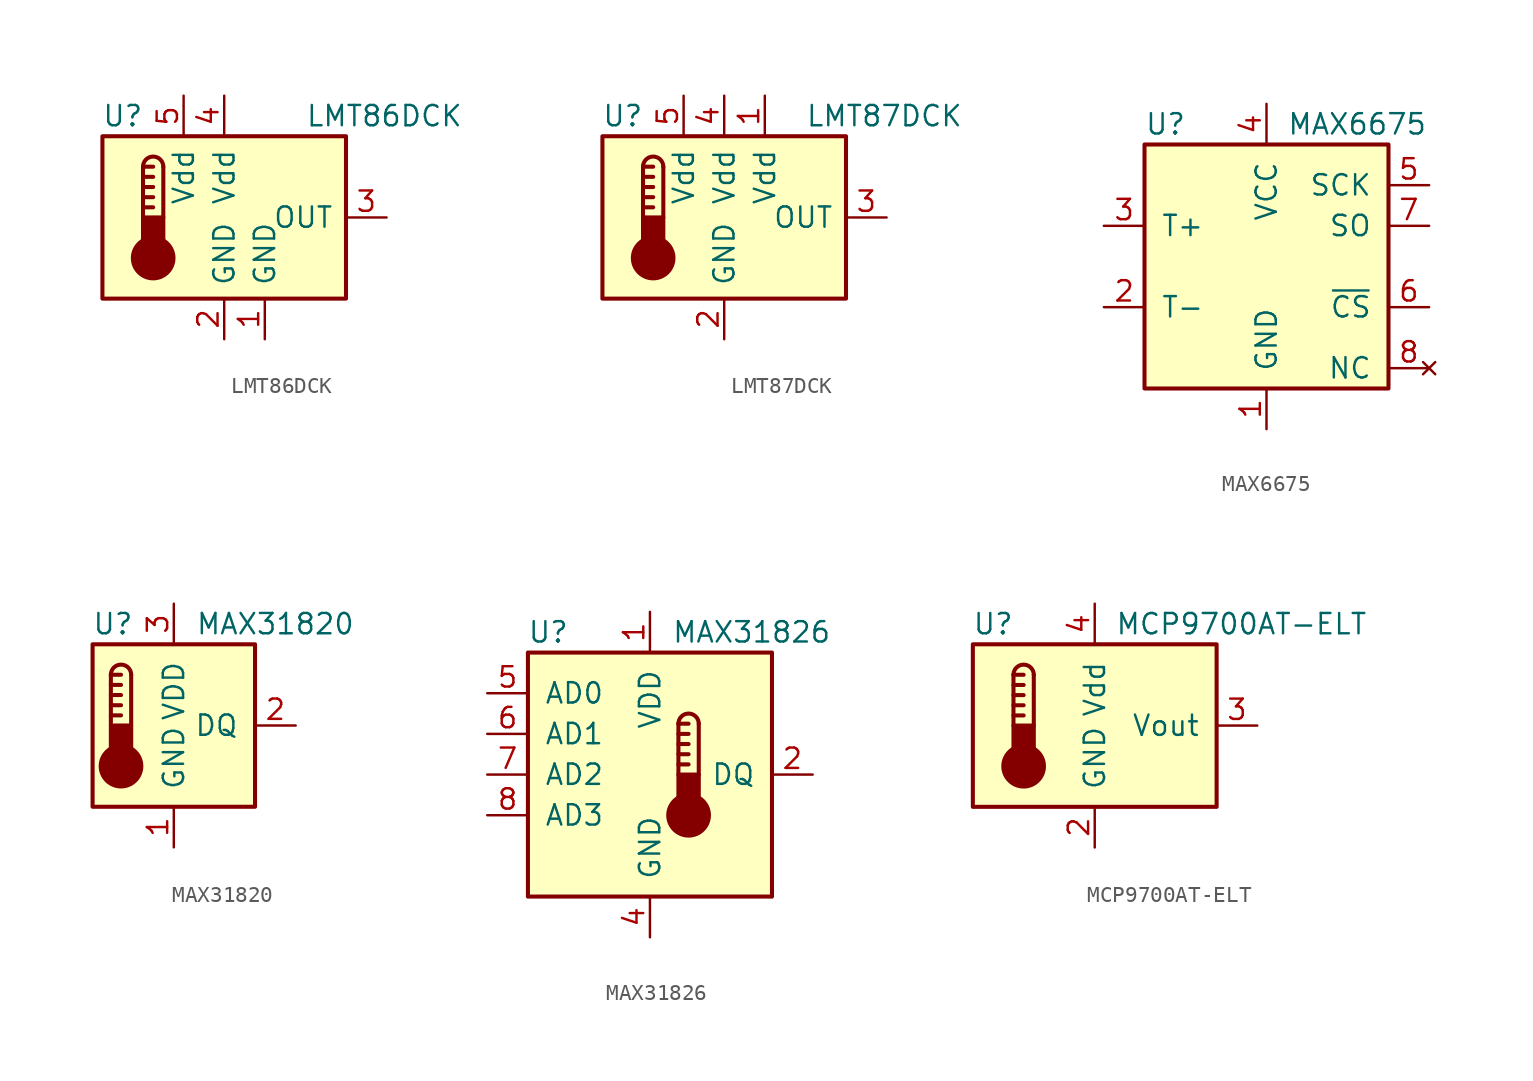
<source format=kicad_sym>
(kicad_symbol_lib
  (version 20220914)
  (generator kicad_symbol_editor)
  (symbol "LMT86DCK"
    (pin_names
      (offset 0.762))
    (property "Reference" "U"
      (at -6.35 6.35 0)
      (effects (font (size 1.27 1.27))))
    (property "Value" "LMT86DCK"
      (at 5.08 6.35 0)
      (effects (font (size 1.27 1.27)) (justify left)))
    (symbol "LMT86DCK_0_1"
      (rectangle (start -7.62 5.08) (end 7.62 -5.08) (stroke (width 0.254) (type default)) (fill (type background)))
      (circle (center -4.445 -2.54) (radius 1.27) (stroke (width 0.254) (type default)) (fill (type outline)))
      (rectangle (start -3.81 -1.905) (end -5.08 0) (stroke (width 0.254) (type default)) (fill (type outline)))
      (arc (start -3.81 3.175) (mid -4.445 3.8073) (end -5.08 3.175) (stroke (width 0.254) (type default)) (fill (type none)))
      (polyline (pts (xy -5.08 0.635) (xy -4.445 0.635)) (stroke (width 0.254) (type default)) (fill (type none)))
      (polyline (pts (xy -5.08 1.27) (xy -4.445 1.27)) (stroke (width 0.254) (type default)) (fill (type none)))
      (polyline (pts (xy -5.08 1.905) (xy -4.445 1.905)) (stroke (width 0.254) (type default)) (fill (type none)))
      (polyline (pts (xy -5.08 2.54) (xy -4.445 2.54)) (stroke (width 0.254) (type default)) (fill (type none)))
      (polyline (pts (xy -5.08 3.175) (xy -5.08 0)) (stroke (width 0.254) (type default)) (fill (type none)))
      (polyline (pts (xy -5.08 3.175) (xy -4.445 3.175)) (stroke (width 0.254) (type default)) (fill (type none)))
      (polyline (pts (xy -3.81 3.175) (xy -3.81 0)) (stroke (width 0.254) (type default)) (fill (type none))))
    (symbol "LMT86DCK_1_1"
      (pin power_in line (at 2.54 -7.62 90) (length 2.54) (name "GND" (effects (font (size 1.27 1.27)))) (number "1" (effects (font (size 1.27 1.27)))))
      (pin power_in line (at 0 -7.62 90) (length 2.54) (name "GND" (effects (font (size 1.27 1.27)))) (number "2" (effects (font (size 1.27 1.27)))))
      (pin output line (at 10.16 0 180) (length 2.54) (name "OUT" (effects (font (size 1.27 1.27)))) (number "3" (effects (font (size 1.27 1.27)))))
      (pin power_in line (at 0 7.62 270) (length 2.54) (name "Vdd" (effects (font (size 1.27 1.27)))) (number "4" (effects (font (size 1.27 1.27)))))
      (pin power_in line (at -2.54 7.62 270) (length 2.54) (name "Vdd" (effects (font (size 1.27 1.27)))) (number "5" (effects (font (size 1.27 1.27)))))))
  (symbol "LMT87DCK"
    (pin_names
      (offset 0.762))
    (property "Reference" "U"
      (at -6.35 6.35 0)
      (effects (font (size 1.27 1.27))))
    (property "Value" "LMT87DCK"
      (at 5.08 6.35 0)
      (effects (font (size 1.27 1.27)) (justify left)))
    (symbol "LMT87DCK_0_1"
      (rectangle (start -7.62 5.08) (end 7.62 -5.08) (stroke (width 0.254) (type default)) (fill (type background)))
      (circle (center -4.445 -2.54) (radius 1.27) (stroke (width 0.254) (type default)) (fill (type outline)))
      (rectangle (start -3.81 -1.905) (end -5.08 0) (stroke (width 0.254) (type default)) (fill (type outline)))
      (arc (start -3.81 3.175) (mid -4.445 3.8073) (end -5.08 3.175) (stroke (width 0.254) (type default)) (fill (type none)))
      (polyline (pts (xy -5.08 0.635) (xy -4.445 0.635)) (stroke (width 0.254) (type default)) (fill (type none)))
      (polyline (pts (xy -5.08 1.27) (xy -4.445 1.27)) (stroke (width 0.254) (type default)) (fill (type none)))
      (polyline (pts (xy -5.08 1.905) (xy -4.445 1.905)) (stroke (width 0.254) (type default)) (fill (type none)))
      (polyline (pts (xy -5.08 2.54) (xy -4.445 2.54)) (stroke (width 0.254) (type default)) (fill (type none)))
      (polyline (pts (xy -5.08 3.175) (xy -5.08 0)) (stroke (width 0.254) (type default)) (fill (type none)))
      (polyline (pts (xy -5.08 3.175) (xy -4.445 3.175)) (stroke (width 0.254) (type default)) (fill (type none)))
      (polyline (pts (xy -3.81 3.175) (xy -3.81 0)) (stroke (width 0.254) (type default)) (fill (type none))))
    (symbol "LMT87DCK_1_1"
      (pin power_in line (at 2.54 7.62 270) (length 2.54) (name "Vdd" (effects (font (size 1.27 1.27)))) (number "1" (effects (font (size 1.27 1.27)))))
      (pin power_in line (at 0 -7.62 90) (length 2.54) (name "GND" (effects (font (size 1.27 1.27)))) (number "2" (effects (font (size 1.27 1.27)))))
      (pin output line (at 10.16 0 180) (length 2.54) (name "OUT" (effects (font (size 1.27 1.27)))) (number "3" (effects (font (size 1.27 1.27)))))
      (pin power_in line (at 0 7.62 270) (length 2.54) (name "Vdd" (effects (font (size 1.27 1.27)))) (number "4" (effects (font (size 1.27 1.27)))))
      (pin power_in line (at -2.54 7.62 270) (length 2.54) (name "Vdd" (effects (font (size 1.27 1.27)))) (number "5" (effects (font (size 1.27 1.27)))))))
  (symbol "MAX6675"
    (pin_names
      (offset 1.016))
    (property "Reference" "U"
      (at -7.62 8.89 0)
      (effects (font (size 1.27 1.27)) (justify left)))
    (property "Value" "MAX6675"
      (at 1.27 8.89 0)
      (effects (font (size 1.27 1.27)) (justify left)))
    (symbol "MAX6675_0_1"
      (rectangle (start -7.62 7.62) (end 7.62 -7.62) (stroke (width 0.254) (type default)) (fill (type background))))
    (symbol "MAX6675_1_1"
      (pin power_in line (at 0 -10.16 90) (length 2.54) (name "GND" (effects (font (size 1.27 1.27)))) (number "1" (effects (font (size 1.27 1.27)))))
      (pin passive line (at -10.16 -2.54 0) (length 2.54) (name "T-" (effects (font (size 1.27 1.27)))) (number "2" (effects (font (size 1.27 1.27)))))
      (pin passive line (at -10.16 2.54 0) (length 2.54) (name "T+" (effects (font (size 1.27 1.27)))) (number "3" (effects (font (size 1.27 1.27)))))
      (pin power_in line (at 0 10.16 270) (length 2.54) (name "VCC" (effects (font (size 1.27 1.27)))) (number "4" (effects (font (size 1.27 1.27)))))
      (pin input line (at 10.16 5.08 180) (length 2.54) (name "SCK" (effects (font (size 1.27 1.27)))) (number "5" (effects (font (size 1.27 1.27)))))
      (pin input line (at 10.16 -2.54 180) (length 2.54) (name "~{CS}" (effects (font (size 1.27 1.27)))) (number "6" (effects (font (size 1.27 1.27)))))
      (pin tri_state line (at 10.16 2.54 180) (length 2.54) (name "SO" (effects (font (size 1.27 1.27)))) (number "7" (effects (font (size 1.27 1.27)))))
      (pin no_connect line (at 10.16 -6.35 180) (length 2.54) (name "NC" (effects (font (size 1.27 1.27)))) (number "8" (effects (font (size 1.27 1.27)))))))
  (symbol "MAX31820"
    (pin_names
      (offset 1.016))
    (property "Reference" "U"
      (at -3.81 6.35 0)
      (effects (font (size 1.27 1.27))))
    (property "Value" "MAX31820"
      (at 6.35 6.35 0)
      (effects (font (size 1.27 1.27))))
    (symbol "MAX31820_0_1"
      (rectangle (start -5.08 5.08) (end 5.08 -5.08) (stroke (width 0.254) (type default)) (fill (type background)))
      (circle (center -3.302 -2.54) (radius 1.27) (stroke (width 0.254) (type default)) (fill (type outline)))
      (rectangle (start -2.667 -1.905) (end -3.937 0) (stroke (width 0.254) (type default)) (fill (type outline)))
      (arc (start -2.667 3.175) (mid -3.302 3.8073) (end -3.937 3.175) (stroke (width 0.254) (type default)) (fill (type none)))
      (polyline (pts (xy -3.937 0.635) (xy -3.302 0.635)) (stroke (width 0.254) (type default)) (fill (type none)))
      (polyline (pts (xy -3.937 1.27) (xy -3.302 1.27)) (stroke (width 0.254) (type default)) (fill (type none)))
      (polyline (pts (xy -3.937 1.905) (xy -3.302 1.905)) (stroke (width 0.254) (type default)) (fill (type none)))
      (polyline (pts (xy -3.937 2.54) (xy -3.302 2.54)) (stroke (width 0.254) (type default)) (fill (type none)))
      (polyline (pts (xy -3.937 3.175) (xy -3.937 0)) (stroke (width 0.254) (type default)) (fill (type none)))
      (polyline (pts (xy -3.937 3.175) (xy -3.302 3.175)) (stroke (width 0.254) (type default)) (fill (type none)))
      (polyline (pts (xy -2.667 3.175) (xy -2.667 0)) (stroke (width 0.254) (type default)) (fill (type none))))
    (symbol "MAX31820_1_1"
      (pin power_in line (at 0 -7.62 90) (length 2.54) (name "GND" (effects (font (size 1.27 1.27)))) (number "1" (effects (font (size 1.27 1.27)))))
      (pin bidirectional line (at 7.62 0 180) (length 2.54) (name "DQ" (effects (font (size 1.27 1.27)))) (number "2" (effects (font (size 1.27 1.27)))))
      (pin power_in line (at 0 7.62 270) (length 2.54) (name "VDD" (effects (font (size 1.27 1.27)))) (number "3" (effects (font (size 1.27 1.27)))))))
  (symbol "MAX31826"
    (pin_names
      (offset 1.016))
    (property "Reference" "U"
      (at -6.35 8.89 0)
      (effects (font (size 1.27 1.27))))
    (property "Value" "MAX31826"
      (at 6.35 8.89 0)
      (effects (font (size 1.27 1.27))))
    (symbol "MAX31826_0_1"
      (rectangle (start -7.62 7.62) (end 7.62 -7.62) (stroke (width 0.254) (type default)) (fill (type background)))
      (polyline (pts (xy 1.778 0.635) (xy 2.413 0.635)) (stroke (width 0.254) (type default)) (fill (type none)))
      (polyline (pts (xy 1.778 1.27) (xy 2.413 1.27)) (stroke (width 0.254) (type default)) (fill (type none)))
      (polyline (pts (xy 1.778 1.905) (xy 2.413 1.905)) (stroke (width 0.254) (type default)) (fill (type none)))
      (polyline (pts (xy 1.778 2.54) (xy 2.413 2.54)) (stroke (width 0.254) (type default)) (fill (type none)))
      (polyline (pts (xy 1.778 3.175) (xy 1.778 0)) (stroke (width 0.254) (type default)) (fill (type none)))
      (polyline (pts (xy 1.778 3.175) (xy 2.413 3.175)) (stroke (width 0.254) (type default)) (fill (type none)))
      (polyline (pts (xy 3.048 3.175) (xy 3.048 0)) (stroke (width 0.254) (type default)) (fill (type none)))
      (circle (center 2.413 -2.54) (radius 1.27) (stroke (width 0.254) (type default)) (fill (type outline)))
      (rectangle (start 3.048 -1.905) (end 1.778 0) (stroke (width 0.254) (type default)) (fill (type outline)))
      (arc (start 3.048 3.175) (mid 2.413 3.8073) (end 1.778 3.175) (stroke (width 0.254) (type default)) (fill (type none))))
    (symbol "MAX31826_1_1"
      (pin power_in line (at 0 10.16 270) (length 2.54) (name "VDD" (effects (font (size 1.27 1.27)))) (number "1" (effects (font (size 1.27 1.27)))))
      (pin bidirectional line (at 10.16 0 180) (length 2.54) (name "DQ" (effects (font (size 1.27 1.27)))) (number "2" (effects (font (size 1.27 1.27)))))
      (pin no_connect line (at -10.16 -5.08 0) (length 2.54) hide (name "NC" (effects (font (size 1.27 1.27)))) (number "3" (effects (font (size 1.27 1.27)))))
      (pin power_in line (at 0 -10.16 90) (length 2.54) (name "GND" (effects (font (size 1.27 1.27)))) (number "4" (effects (font (size 1.27 1.27)))))
      (pin input line (at -10.16 5.08 0) (length 2.54) (name "AD0" (effects (font (size 1.27 1.27)))) (number "5" (effects (font (size 1.27 1.27)))))
      (pin input line (at -10.16 2.54 0) (length 2.54) (name "AD1" (effects (font (size 1.27 1.27)))) (number "6" (effects (font (size 1.27 1.27)))))
      (pin input line (at -10.16 0 0) (length 2.54) (name "AD2" (effects (font (size 1.27 1.27)))) (number "7" (effects (font (size 1.27 1.27)))))
      (pin input line (at -10.16 -2.54 0) (length 2.54) (name "AD3" (effects (font (size 1.27 1.27)))) (number "8" (effects (font (size 1.27 1.27)))))))
  (symbol "MCP9700AT-ELT"
    (pin_names
      (offset 1.016))
    (property "Reference" "U"
      (at -6.35 6.35 0)
      (effects (font (size 1.27 1.27))))
    (property "Value" "MCP9700AT-ELT"
      (at 1.27 6.35 0)
      (effects (font (size 1.27 1.27)) (justify left)))
    (symbol "MCP9700AT-ELT_0_1"
      (rectangle (start -7.62 5.08) (end 7.62 -5.08) (stroke (width 0.254) (type default)) (fill (type background)))
      (circle (center -4.445 -2.54) (radius 1.27) (stroke (width 0.254) (type default)) (fill (type outline)))
      (rectangle (start -3.81 -1.905) (end -5.08 0) (stroke (width 0.254) (type default)) (fill (type outline)))
      (arc (start -3.81 3.175) (mid -4.445 3.8073) (end -5.08 3.175) (stroke (width 0.254) (type default)) (fill (type none)))
      (polyline (pts (xy -5.08 0.635) (xy -4.445 0.635)) (stroke (width 0.254) (type default)) (fill (type none)))
      (polyline (pts (xy -5.08 1.27) (xy -4.445 1.27)) (stroke (width 0.254) (type default)) (fill (type none)))
      (polyline (pts (xy -5.08 1.905) (xy -4.445 1.905)) (stroke (width 0.254) (type default)) (fill (type none)))
      (polyline (pts (xy -5.08 2.54) (xy -4.445 2.54)) (stroke (width 0.254) (type default)) (fill (type none)))
      (polyline (pts (xy -5.08 3.175) (xy -5.08 0)) (stroke (width 0.254) (type default)) (fill (type none)))
      (polyline (pts (xy -5.08 3.175) (xy -4.445 3.175)) (stroke (width 0.254) (type default)) (fill (type none)))
      (polyline (pts (xy -3.81 3.175) (xy -3.81 0)) (stroke (width 0.254) (type default)) (fill (type none))))
    (symbol "MCP9700AT-ELT_1_1"
      (pin no_connect line (at 10.16 -2.54 180) (length 2.54) hide (name "NC" (effects (font (size 1.27 1.27)))) (number "1" (effects (font (size 1.27 1.27)))))
      (pin power_in line (at 0 -7.62 90) (length 2.54) (name "GND" (effects (font (size 1.27 1.27)))) (number "2" (effects (font (size 1.27 1.27)))))
      (pin output line (at 10.16 0 180) (length 2.54) (name "Vout" (effects (font (size 1.27 1.27)))) (number "3" (effects (font (size 1.27 1.27)))))
      (pin power_in line (at 0 7.62 270) (length 2.54) (name "Vdd" (effects (font (size 1.27 1.27)))) (number "4" (effects (font (size 1.27 1.27)))))
      (pin no_connect line (at 10.16 2.54 180) (length 2.54) hide (name "NC" (effects (font (size 1.27 1.27)))) (number "5" (effects (font (size 1.27 1.27))))))))
</source>
